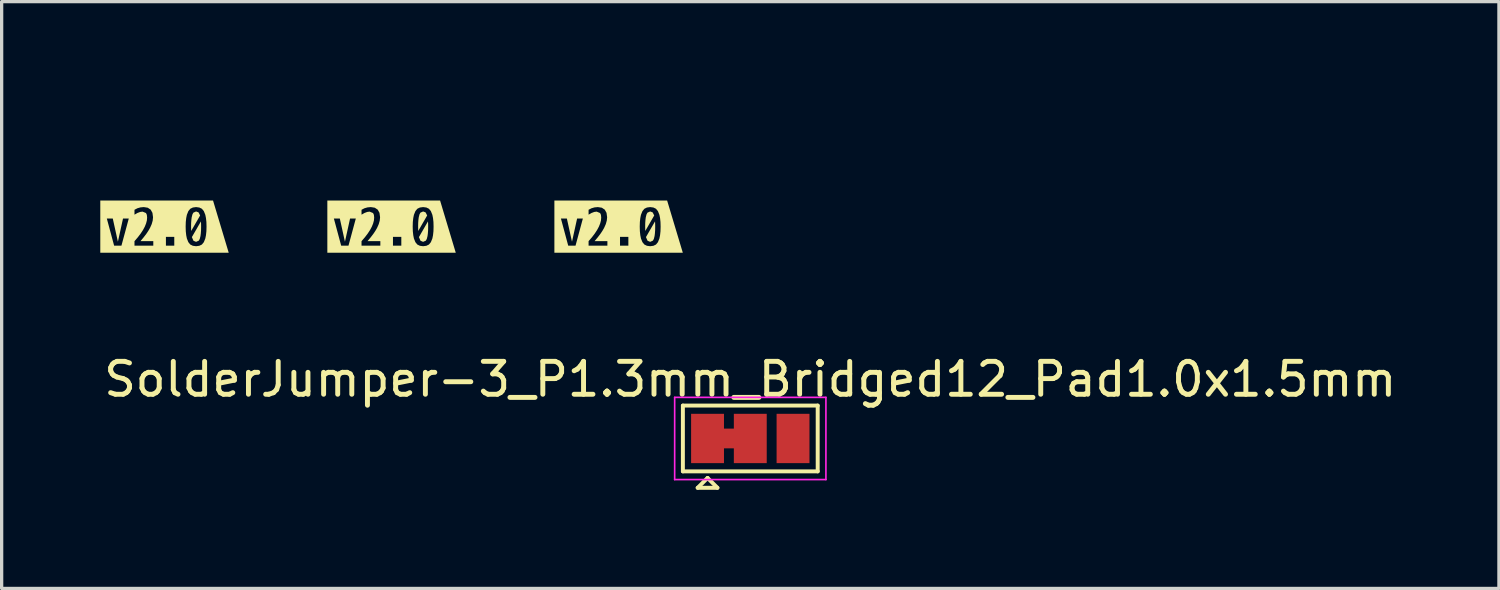
<source format=kicad_pcb>
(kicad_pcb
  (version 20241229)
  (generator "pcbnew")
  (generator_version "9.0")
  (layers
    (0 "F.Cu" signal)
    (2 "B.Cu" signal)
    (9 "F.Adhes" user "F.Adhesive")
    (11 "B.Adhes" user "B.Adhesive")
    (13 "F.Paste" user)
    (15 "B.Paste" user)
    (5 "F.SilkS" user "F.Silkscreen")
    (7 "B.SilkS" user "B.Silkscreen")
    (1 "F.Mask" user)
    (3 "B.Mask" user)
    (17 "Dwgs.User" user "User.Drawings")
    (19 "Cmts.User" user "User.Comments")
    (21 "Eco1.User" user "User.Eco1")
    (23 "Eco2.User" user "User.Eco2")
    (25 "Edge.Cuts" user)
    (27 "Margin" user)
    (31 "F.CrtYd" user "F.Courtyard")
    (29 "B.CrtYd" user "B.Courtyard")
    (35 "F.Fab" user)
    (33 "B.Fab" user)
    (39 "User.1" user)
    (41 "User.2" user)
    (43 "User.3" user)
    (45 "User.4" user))
  (footprint "kibuzzard-63BF2E93"
    (layer "F.Cu")
    (at 8.858 3.843)
    (property "Reference" "kibuzzard-63BF2E93" (at 0 -3.842 0) (layer "F.SilkS") (effects (font (size 0.001 0.001) (thickness 0.15))))
    (attr board_only exclude_from_pos_files exclude_from_bom)
    (fp_poly (pts (xy 0.811 0.132) (xy 1.083 -0.34) (xy 1.035 -0.434) (xy 0.96 -0.462) (xy 0.877 -0.425) (xy 0.849 -0.372) (xy 0.827 -0.286) (xy 0.817 -0.208) (xy 0.81 -0.113) (xy 0.808 0) (xy 0.811 0.132)) (stroke (width 0) (type solid)) (fill yes) (layer "F.SilkS"))
    (fp_poly (pts (xy 0.832 0.318) (xy 0.881 0.429) (xy 0.96 0.462) (xy 1.044 0.425) (xy 1.072 0.372) (xy 1.094 0.286) (xy 1.104 0.208) (xy 1.111 0.113) (xy 1.113 0) (xy 1.112 -0.086) (xy 1.108 -0.16) (xy 0.832 0.318)) (stroke (width 0) (type solid)) (fill yes) (layer "F.SilkS"))
    (fp_poly (pts (xy -1.754 -0.794) (xy -1.953 -0.794) (xy -1.953 0.794) (xy -1.754 0.794) (xy -1.31 0.794) (xy -1.31 0.579) (xy -1.532 0.579) (xy -1.754 -0.246) (xy -1.573 -0.246) (xy -1.419 0.452) (xy -1.416 0.452) (xy -1.262 -0.246) (xy -1.087 -0.246) (xy -1.31 0.579) (xy -1.31 0.794) (xy -0.341 0.794) (xy -0.341 0.579) (xy -0.913 0.579) (xy -0.913 0.441) (xy -0.811 0.323) (xy -0.725 0.21) (xy -0.654 0.102) (xy -0.599 -0.001) (xy -0.56 -0.099) (xy -0.536 -0.191) (xy -0.529 -0.278) (xy -0.537 -0.359) (xy -0.563 -0.414) (xy -0.667 -0.457) (xy -0.741 -0.447) (xy -0.823 -0.416) (xy -0.913 -0.364) (xy -0.913 -0.513) (xy -0.825 -0.559) (xy -0.731 -0.586) (xy -0.63 -0.595) (xy -0.51 -0.576) (xy -0.421 -0.517) (xy -0.367 -0.42) (xy -0.349 -0.286) (xy -0.359 -0.185) (xy -0.389 -0.078) (xy -0.439 0.035) (xy -0.491 0.126) (xy -0.556 0.223) (xy -0.636 0.327) (xy -0.729 0.438) (xy -0.729 0.441) (xy -0.341 0.441) (xy -0.341 0.579) (xy -0.341 0.794) (xy 0.043 0.794) (xy 0.043 0.579) (xy 0.043 0.31) (xy 0.297 0.31) (xy 0.297 0.579) (xy 0.043 0.579) (xy 0.043 0.794) (xy 0.96 0.794) (xy 0.96 0.595) (xy 0.862 0.582) (xy 0.784 0.544) (xy 0.725 0.472) (xy 0.68 0.36) (xy 0.66 0.261) (xy 0.647 0.141) (xy 0.643 0) (xy 0.647 -0.141) (xy 0.66 -0.261) (xy 0.68 -0.36) (xy 0.725 -0.472) (xy 0.784 -0.544) (xy 0.862 -0.582) (xy 0.96 -0.595) (xy 1.059 -0.582) (xy 1.137 -0.544) (xy 1.196 -0.472) (xy 1.241 -0.36) (xy 1.261 -0.261) (xy 1.274 -0.141) (xy 1.278 0) (xy 1.274 0.141) (xy 1.261 0.261) (xy 1.241 0.36) (xy 1.196 0.472) (xy 1.137 0.544) (xy 1.059 0.582) (xy 0.96 0.595) (xy 0.96 0.794) (xy 1.278 0.794) (xy 1.476 0.794) (xy 1.953 0.794) (xy 1.476 -0.794) (xy 1.278 -0.794) (xy -1.754 -0.794)) (stroke (width 0) (type solid)) (fill yes) (layer "F.SilkS")))
  (footprint "kibuzzard-63BF2B92"
    (layer "F.Cu")
    (at 1.953 3.843)
    (property "Reference" "kibuzzard-63BF2B92" (at 0 -3.842 0) (layer "F.SilkS") (effects (font (size 0.001 0.001) (thickness 0.15))))
    (attr board_only exclude_from_pos_files exclude_from_bom)
    (fp_poly (pts (xy 0.811 0.132) (xy 1.083 -0.34) (xy 1.035 -0.434) (xy 0.96 -0.462) (xy 0.877 -0.425) (xy 0.849 -0.372) (xy 0.827 -0.286) (xy 0.817 -0.208) (xy 0.81 -0.113) (xy 0.808 0) (xy 0.811 0.132)) (stroke (width 0) (type solid)) (fill yes) (layer "F.SilkS"))
    (fp_poly (pts (xy 0.832 0.318) (xy 0.881 0.429) (xy 0.96 0.462) (xy 1.044 0.425) (xy 1.072 0.372) (xy 1.094 0.286) (xy 1.104 0.208) (xy 1.111 0.113) (xy 1.113 0) (xy 1.112 -0.086) (xy 1.108 -0.16) (xy 0.832 0.318)) (stroke (width 0) (type solid)) (fill yes) (layer "F.SilkS"))
    (fp_poly (pts (xy -1.754 -0.794) (xy -1.953 -0.794) (xy -1.953 0.794) (xy -1.754 0.794) (xy -1.31 0.794) (xy -1.31 0.579) (xy -1.532 0.579) (xy -1.754 -0.246) (xy -1.573 -0.246) (xy -1.419 0.452) (xy -1.416 0.452) (xy -1.262 -0.246) (xy -1.087 -0.246) (xy -1.31 0.579) (xy -1.31 0.794) (xy -0.341 0.794) (xy -0.341 0.579) (xy -0.913 0.579) (xy -0.913 0.441) (xy -0.811 0.323) (xy -0.725 0.21) (xy -0.654 0.102) (xy -0.599 -0.001) (xy -0.56 -0.099) (xy -0.536 -0.191) (xy -0.529 -0.278) (xy -0.537 -0.359) (xy -0.563 -0.414) (xy -0.667 -0.457) (xy -0.741 -0.447) (xy -0.823 -0.416) (xy -0.913 -0.364) (xy -0.913 -0.513) (xy -0.825 -0.559) (xy -0.731 -0.586) (xy -0.63 -0.595) (xy -0.51 -0.576) (xy -0.421 -0.517) (xy -0.367 -0.42) (xy -0.349 -0.286) (xy -0.359 -0.185) (xy -0.389 -0.078) (xy -0.439 0.035) (xy -0.491 0.126) (xy -0.556 0.223) (xy -0.636 0.327) (xy -0.729 0.438) (xy -0.729 0.441) (xy -0.341 0.441) (xy -0.341 0.579) (xy -0.341 0.794) (xy 0.043 0.794) (xy 0.043 0.579) (xy 0.043 0.31) (xy 0.297 0.31) (xy 0.297 0.579) (xy 0.043 0.579) (xy 0.043 0.794) (xy 0.96 0.794) (xy 0.96 0.595) (xy 0.862 0.582) (xy 0.784 0.544) (xy 0.725 0.472) (xy 0.68 0.36) (xy 0.66 0.261) (xy 0.647 0.141) (xy 0.643 0) (xy 0.647 -0.141) (xy 0.66 -0.261) (xy 0.68 -0.36) (xy 0.725 -0.472) (xy 0.784 -0.544) (xy 0.862 -0.582) (xy 0.96 -0.595) (xy 1.059 -0.582) (xy 1.137 -0.544) (xy 1.196 -0.472) (xy 1.241 -0.36) (xy 1.261 -0.261) (xy 1.274 -0.141) (xy 1.278 0) (xy 1.274 0.141) (xy 1.261 0.261) (xy 1.241 0.36) (xy 1.196 0.472) (xy 1.137 0.544) (xy 1.059 0.582) (xy 0.96 0.595) (xy 0.96 0.794) (xy 1.278 0.794) (xy 1.476 0.794) (xy 1.953 0.794) (xy 1.476 -0.794) (xy 1.278 -0.794) (xy -1.754 -0.794)) (stroke (width 0) (type solid)) (fill yes) (layer "F.SilkS")))
  (footprint "kibuzzard-63BF2EA1"
    (layer "F.Cu")
    (at 15.763 3.843)
    (property "Reference" "kibuzzard-63BF2EA1" (at 0 -3.842 0) (layer "F.SilkS") (effects (font (size 0.001 0.001) (thickness 0.15))))
    (attr board_only exclude_from_pos_files exclude_from_bom)
    (fp_poly (pts (xy 0.811 0.132) (xy 1.083 -0.34) (xy 1.035 -0.434) (xy 0.96 -0.462) (xy 0.877 -0.425) (xy 0.849 -0.372) (xy 0.827 -0.286) (xy 0.817 -0.208) (xy 0.81 -0.113) (xy 0.808 0) (xy 0.811 0.132)) (stroke (width 0) (type solid)) (fill yes) (layer "F.SilkS"))
    (fp_poly (pts (xy 0.832 0.318) (xy 0.881 0.429) (xy 0.96 0.462) (xy 1.044 0.425) (xy 1.072 0.372) (xy 1.094 0.286) (xy 1.104 0.208) (xy 1.111 0.113) (xy 1.113 0) (xy 1.112 -0.086) (xy 1.108 -0.16) (xy 0.832 0.318)) (stroke (width 0) (type solid)) (fill yes) (layer "F.SilkS"))
    (fp_poly (pts (xy -1.754 -0.794) (xy -1.953 -0.794) (xy -1.953 0.794) (xy -1.754 0.794) (xy -1.31 0.794) (xy -1.31 0.579) (xy -1.532 0.579) (xy -1.754 -0.246) (xy -1.573 -0.246) (xy -1.419 0.452) (xy -1.416 0.452) (xy -1.262 -0.246) (xy -1.087 -0.246) (xy -1.31 0.579) (xy -1.31 0.794) (xy -0.341 0.794) (xy -0.341 0.579) (xy -0.913 0.579) (xy -0.913 0.441) (xy -0.811 0.323) (xy -0.725 0.21) (xy -0.654 0.102) (xy -0.599 -0.001) (xy -0.56 -0.099) (xy -0.536 -0.191) (xy -0.529 -0.278) (xy -0.537 -0.359) (xy -0.563 -0.414) (xy -0.667 -0.457) (xy -0.741 -0.447) (xy -0.823 -0.416) (xy -0.913 -0.364) (xy -0.913 -0.513) (xy -0.825 -0.559) (xy -0.731 -0.586) (xy -0.63 -0.595) (xy -0.51 -0.576) (xy -0.421 -0.517) (xy -0.367 -0.42) (xy -0.349 -0.286) (xy -0.359 -0.185) (xy -0.389 -0.078) (xy -0.439 0.035) (xy -0.491 0.126) (xy -0.556 0.223) (xy -0.636 0.327) (xy -0.729 0.438) (xy -0.729 0.441) (xy -0.341 0.441) (xy -0.341 0.579) (xy -0.341 0.794) (xy 0.043 0.794) (xy 0.043 0.579) (xy 0.043 0.31) (xy 0.297 0.31) (xy 0.297 0.579) (xy 0.043 0.579) (xy 0.043 0.794) (xy 0.96 0.794) (xy 0.96 0.595) (xy 0.862 0.582) (xy 0.784 0.544) (xy 0.725 0.472) (xy 0.68 0.36) (xy 0.66 0.261) (xy 0.647 0.141) (xy 0.643 0) (xy 0.647 -0.141) (xy 0.66 -0.261) (xy 0.68 -0.36) (xy 0.725 -0.472) (xy 0.784 -0.544) (xy 0.862 -0.582) (xy 0.96 -0.595) (xy 1.059 -0.582) (xy 1.137 -0.544) (xy 1.196 -0.472) (xy 1.241 -0.36) (xy 1.261 -0.261) (xy 1.274 -0.141) (xy 1.278 0) (xy 1.274 0.141) (xy 1.261 0.261) (xy 1.241 0.36) (xy 1.196 0.472) (xy 1.137 0.544) (xy 1.059 0.582) (xy 0.96 0.595) (xy 0.96 0.794) (xy 1.278 0.794) (xy 1.476 0.794) (xy 1.953 0.794) (xy 1.476 -0.794) (xy 1.278 -0.794) (xy -1.754 -0.794)) (stroke (width 0) (type solid)) (fill yes) (layer "F.SilkS")))
  (footprint "SolderJumper-3_P1.3mm_Bridged12_Pad1.0x1.5mm"
    (layer "F.Cu")
    (at 19.768 10.285)
    (property "Reference" "SolderJumper-3_P1.3mm_Bridged12_Pad1.0x1.5mm" (at 0 -1.8 0) (layer "F.SilkS") (effects (font (size 1 1) (thickness 0.15))))
    (attr exclude_from_pos_files)
    (fp_poly (pts (xy -0.9 -0.3) (xy -0.4 -0.3) (xy -0.4 0.3) (xy -0.9 0.3)) (stroke (width 0) (type solid)) (fill yes) (layer "F.Cu"))
    (fp_line (start -2.05 -1) (end 2.05 -1) (stroke (width 0.12) (type solid)) (layer "F.SilkS"))
    (fp_line (start -2.05 1) (end -2.05 -1) (stroke (width 0.12) (type solid)) (layer "F.SilkS"))
    (fp_line (start -1.6 1.5) (end -1 1.5) (stroke (width 0.12) (type solid)) (layer "F.SilkS"))
    (fp_line (start -1.3 1.2) (end -1.6 1.5) (stroke (width 0.12) (type solid)) (layer "F.SilkS"))
    (fp_line (start -1.3 1.2) (end -1 1.5) (stroke (width 0.12) (type solid)) (layer "F.SilkS"))
    (fp_line (start 2.05 -1) (end 2.05 1) (stroke (width 0.12) (type solid)) (layer "F.SilkS"))
    (fp_line (start 2.05 1) (end -2.05 1) (stroke (width 0.12) (type solid)) (layer "F.SilkS"))
    (fp_line (start -2.3 -1.25) (end -2.3 1.25) (stroke (width 0.05) (type solid)) (layer "F.CrtYd"))
    (fp_line (start -2.3 -1.25) (end 2.3 -1.25) (stroke (width 0.05) (type solid)) (layer "F.CrtYd"))
    (fp_line (start 2.3 1.25) (end -2.3 1.25) (stroke (width 0.05) (type solid)) (layer "F.CrtYd"))
    (fp_line (start 2.3 1.25) (end 2.3 -1.25) (stroke (width 0.05) (type solid)) (layer "F.CrtYd"))
    (pad "1" smd rect (at -1.3 0 180) (size 1 1.5) (layers "F.Cu" "F.Mask"))
    (pad "2" smd rect (at 0 0 180) (size 1 1.5) (layers "F.Cu" "F.Mask"))
    (pad "3" smd rect (at 1.3 0 180) (size 1 1.5) (layers "F.Cu" "F.Mask")))
  (gr_rect
    (start -3 -3)
    (end 42.536 14.845)
    (stroke (width 0.1) (type default))
    (fill no)
    (layer "Edge.Cuts")))
</source>
